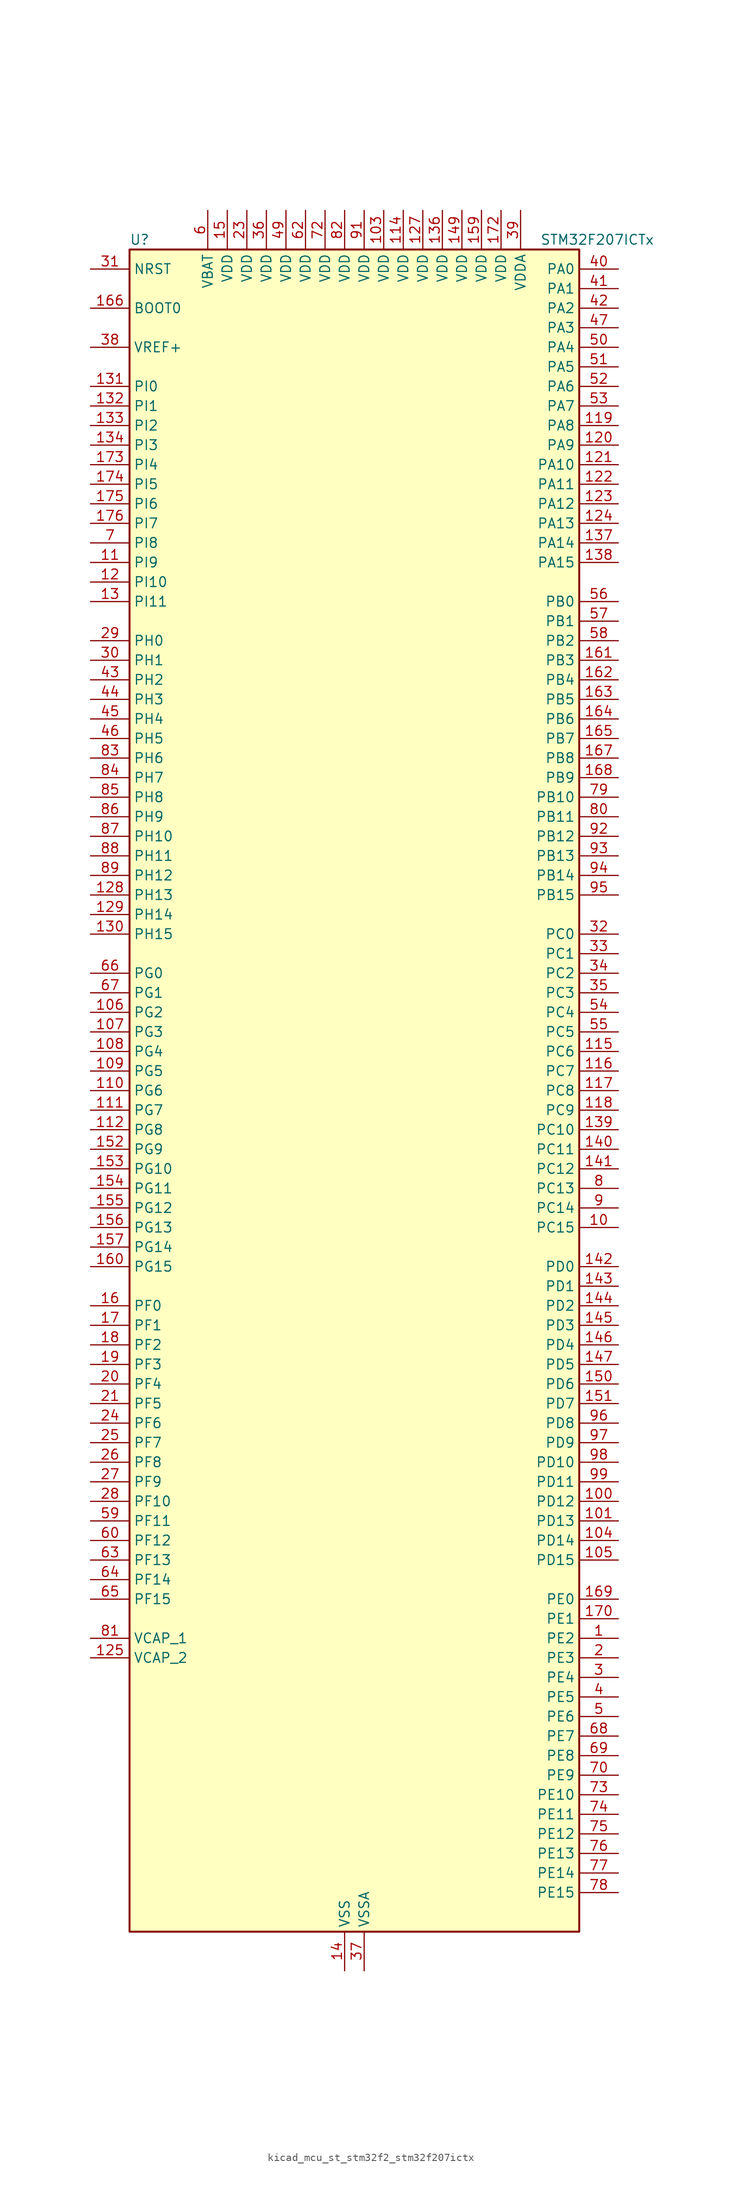
<source format=kicad_sym>
(kicad_symbol_lib
  (version 20220914)
  (generator kicad_symbol_editor)
  (symbol "kicad_mcu_st_stm32f2_stm32f207ictx"
    (property "Reference" "U"
      (at -27.94 110.49 0)
      (effects (font (size 1.27 1.27)) (justify left)))
    (property "Value" "STM32F207ICTx"
      (at 25.4 110.49 0)
      (effects (font (size 1.27 1.27)) (justify left)))
    (property "ki_locked" ""
      (at 0 0 0)
      (effects (font (size 1.27 1.27))))
    (symbol "kicad_mcu_st_stm32f2_stm32f207ictx_0_1"
      (rectangle (start -27.94 -109.22) (end 30.48 109.22) (stroke (width 0.254) (type default)) (fill (type background))))
    (symbol "kicad_mcu_st_stm32f2_stm32f207ictx_1_1"
      (pin bidirectional line (at 35.56 -71.12 180) (length 5.08) (name "PE2" (effects (font (size 1.27 1.27)))) (number "1" (effects (font (size 1.27 1.27)))) (alternate "ETH_TXD3" bidirectional line) (alternate "FSMC_A23" bidirectional line) (alternate "SYS_TRACECLK" bidirectional line))
      (pin bidirectional line (at 35.56 -17.78 180) (length 5.08) (name "PC15" (effects (font (size 1.27 1.27)))) (number "10" (effects (font (size 1.27 1.27)))) (alternate "ADC1_EXTI15" bidirectional line) (alternate "ADC2_EXTI15" bidirectional line) (alternate "ADC3_EXTI15" bidirectional line) (alternate "RCC_OSC32_OUT" bidirectional line))
      (pin bidirectional line (at 35.56 -53.34 180) (length 5.08) (name "PD12" (effects (font (size 1.27 1.27)))) (number "100" (effects (font (size 1.27 1.27)))) (alternate "FSMC_A17" bidirectional line) (alternate "FSMC_ALE" bidirectional line) (alternate "TIM4_CH1" bidirectional line) (alternate "USART3_RTS" bidirectional line))
      (pin bidirectional line (at 35.56 -55.88 180) (length 5.08) (name "PD13" (effects (font (size 1.27 1.27)))) (number "101" (effects (font (size 1.27 1.27)))) (alternate "FSMC_A18" bidirectional line) (alternate "TIM4_CH2" bidirectional line))
      (pin passive line (at 0 -114.3 90) (length 5.08) hide (name "VSS" (effects (font (size 1.27 1.27)))) (number "102" (effects (font (size 1.27 1.27)))))
      (pin power_in line (at 5.08 114.3 270) (length 5.08) (name "VDD" (effects (font (size 1.27 1.27)))) (number "103" (effects (font (size 1.27 1.27)))))
      (pin bidirectional line (at 35.56 -58.42 180) (length 5.08) (name "PD14" (effects (font (size 1.27 1.27)))) (number "104" (effects (font (size 1.27 1.27)))) (alternate "FSMC_D0" bidirectional line) (alternate "FSMC_DA0" bidirectional line) (alternate "TIM4_CH3" bidirectional line))
      (pin bidirectional line (at 35.56 -60.96 180) (length 5.08) (name "PD15" (effects (font (size 1.27 1.27)))) (number "105" (effects (font (size 1.27 1.27)))) (alternate "ADC1_EXTI15" bidirectional line) (alternate "ADC2_EXTI15" bidirectional line) (alternate "ADC3_EXTI15" bidirectional line) (alternate "FSMC_D1" bidirectional line) (alternate "FSMC_DA1" bidirectional line) (alternate "TIM4_CH4" bidirectional line))
      (pin bidirectional line (at -33.02 10.16 0) (length 5.08) (name "PG2" (effects (font (size 1.27 1.27)))) (number "106" (effects (font (size 1.27 1.27)))) (alternate "FSMC_A12" bidirectional line))
      (pin bidirectional line (at -33.02 7.62 0) (length 5.08) (name "PG3" (effects (font (size 1.27 1.27)))) (number "107" (effects (font (size 1.27 1.27)))) (alternate "FSMC_A13" bidirectional line))
      (pin bidirectional line (at -33.02 5.08 0) (length 5.08) (name "PG4" (effects (font (size 1.27 1.27)))) (number "108" (effects (font (size 1.27 1.27)))) (alternate "FSMC_A14" bidirectional line))
      (pin bidirectional line (at -33.02 2.54 0) (length 5.08) (name "PG5" (effects (font (size 1.27 1.27)))) (number "109" (effects (font (size 1.27 1.27)))) (alternate "FSMC_A15" bidirectional line))
      (pin bidirectional line (at -33.02 68.58 0) (length 5.08) (name "PI9" (effects (font (size 1.27 1.27)))) (number "11" (effects (font (size 1.27 1.27)))) (alternate "CAN1_RX" bidirectional line) (alternate "DAC_EXTI9" bidirectional line))
      (pin bidirectional line (at -33.02 0 0) (length 5.08) (name "PG6" (effects (font (size 1.27 1.27)))) (number "110" (effects (font (size 1.27 1.27)))) (alternate "FSMC_INT2" bidirectional line))
      (pin bidirectional line (at -33.02 -2.54 0) (length 5.08) (name "PG7" (effects (font (size 1.27 1.27)))) (number "111" (effects (font (size 1.27 1.27)))) (alternate "FSMC_INT3" bidirectional line) (alternate "USART6_CK" bidirectional line))
      (pin bidirectional line (at -33.02 -5.08 0) (length 5.08) (name "PG8" (effects (font (size 1.27 1.27)))) (number "112" (effects (font (size 1.27 1.27)))) (alternate "ETH_PPS_OUT" bidirectional line) (alternate "USART6_RTS" bidirectional line))
      (pin passive line (at 0 -114.3 90) (length 5.08) hide (name "VSS" (effects (font (size 1.27 1.27)))) (number "113" (effects (font (size 1.27 1.27)))))
      (pin power_in line (at 7.62 114.3 270) (length 5.08) (name "VDD" (effects (font (size 1.27 1.27)))) (number "114" (effects (font (size 1.27 1.27)))))
      (pin bidirectional line (at 35.56 5.08 180) (length 5.08) (name "PC6" (effects (font (size 1.27 1.27)))) (number "115" (effects (font (size 1.27 1.27)))) (alternate "DCMI_D0" bidirectional line) (alternate "I2S2_MCK" bidirectional line) (alternate "SDIO_D6" bidirectional line) (alternate "TIM3_CH1" bidirectional line) (alternate "TIM8_CH1" bidirectional line) (alternate "USART6_TX" bidirectional line))
      (pin bidirectional line (at 35.56 2.54 180) (length 5.08) (name "PC7" (effects (font (size 1.27 1.27)))) (number "116" (effects (font (size 1.27 1.27)))) (alternate "DCMI_D1" bidirectional line) (alternate "I2S3_MCK" bidirectional line) (alternate "SDIO_D7" bidirectional line) (alternate "TIM3_CH2" bidirectional line) (alternate "TIM8_CH2" bidirectional line) (alternate "USART6_RX" bidirectional line))
      (pin bidirectional line (at 35.56 0 180) (length 5.08) (name "PC8" (effects (font (size 1.27 1.27)))) (number "117" (effects (font (size 1.27 1.27)))) (alternate "DCMI_D2" bidirectional line) (alternate "SDIO_D0" bidirectional line) (alternate "TIM3_CH3" bidirectional line) (alternate "TIM8_CH3" bidirectional line) (alternate "USART6_CK" bidirectional line))
      (pin bidirectional line (at 35.56 -2.54 180) (length 5.08) (name "PC9" (effects (font (size 1.27 1.27)))) (number "118" (effects (font (size 1.27 1.27)))) (alternate "DAC_EXTI9" bidirectional line) (alternate "DCMI_D3" bidirectional line) (alternate "I2C3_SDA" bidirectional line) (alternate "I2S_CKIN" bidirectional line) (alternate "RCC_MCO_2" bidirectional line) (alternate "SDIO_D1" bidirectional line) (alternate "TIM3_CH4" bidirectional line) (alternate "TIM8_CH4" bidirectional line))
      (pin bidirectional line (at 35.56 86.36 180) (length 5.08) (name "PA8" (effects (font (size 1.27 1.27)))) (number "119" (effects (font (size 1.27 1.27)))) (alternate "I2C3_SCL" bidirectional line) (alternate "RCC_MCO_1" bidirectional line) (alternate "TIM1_CH1" bidirectional line) (alternate "USART1_CK" bidirectional line) (alternate "USB_OTG_FS_SOF" bidirectional line))
      (pin bidirectional line (at -33.02 66.04 0) (length 5.08) (name "PI10" (effects (font (size 1.27 1.27)))) (number "12" (effects (font (size 1.27 1.27)))) (alternate "ETH_RX_ER" bidirectional line))
      (pin bidirectional line (at 35.56 83.82 180) (length 5.08) (name "PA9" (effects (font (size 1.27 1.27)))) (number "120" (effects (font (size 1.27 1.27)))) (alternate "DAC_EXTI9" bidirectional line) (alternate "DCMI_D0" bidirectional line) (alternate "I2C3_SMBA" bidirectional line) (alternate "TIM1_CH2" bidirectional line) (alternate "USART1_TX" bidirectional line) (alternate "USB_OTG_FS_VBUS" bidirectional line))
      (pin bidirectional line (at 35.56 81.28 180) (length 5.08) (name "PA10" (effects (font (size 1.27 1.27)))) (number "121" (effects (font (size 1.27 1.27)))) (alternate "DCMI_D1" bidirectional line) (alternate "TIM1_CH3" bidirectional line) (alternate "USART1_RX" bidirectional line) (alternate "USB_OTG_FS_ID" bidirectional line))
      (pin bidirectional line (at 35.56 78.74 180) (length 5.08) (name "PA11" (effects (font (size 1.27 1.27)))) (number "122" (effects (font (size 1.27 1.27)))) (alternate "ADC1_EXTI11" bidirectional line) (alternate "ADC2_EXTI11" bidirectional line) (alternate "ADC3_EXTI11" bidirectional line) (alternate "CAN1_RX" bidirectional line) (alternate "TIM1_CH4" bidirectional line) (alternate "USART1_CTS" bidirectional line) (alternate "USB_OTG_FS_DM" bidirectional line))
      (pin bidirectional line (at 35.56 76.2 180) (length 5.08) (name "PA12" (effects (font (size 1.27 1.27)))) (number "123" (effects (font (size 1.27 1.27)))) (alternate "CAN1_TX" bidirectional line) (alternate "TIM1_ETR" bidirectional line) (alternate "USART1_RTS" bidirectional line) (alternate "USB_OTG_FS_DP" bidirectional line))
      (pin bidirectional line (at 35.56 73.66 180) (length 5.08) (name "PA13" (effects (font (size 1.27 1.27)))) (number "124" (effects (font (size 1.27 1.27)))) (alternate "SYS_JTMS-SWDIO" bidirectional line))
      (pin power_out line (at -33.02 -73.66 0) (length 5.08) (name "VCAP_2" (effects (font (size 1.27 1.27)))) (number "125" (effects (font (size 1.27 1.27)))))
      (pin passive line (at 0 -114.3 90) (length 5.08) hide (name "VSS" (effects (font (size 1.27 1.27)))) (number "126" (effects (font (size 1.27 1.27)))))
      (pin power_in line (at 10.16 114.3 270) (length 5.08) (name "VDD" (effects (font (size 1.27 1.27)))) (number "127" (effects (font (size 1.27 1.27)))))
      (pin bidirectional line (at -33.02 25.4 0) (length 5.08) (name "PH13" (effects (font (size 1.27 1.27)))) (number "128" (effects (font (size 1.27 1.27)))) (alternate "CAN1_TX" bidirectional line) (alternate "TIM8_CH1N" bidirectional line))
      (pin bidirectional line (at -33.02 22.86 0) (length 5.08) (name "PH14" (effects (font (size 1.27 1.27)))) (number "129" (effects (font (size 1.27 1.27)))) (alternate "DCMI_D4" bidirectional line) (alternate "TIM8_CH2N" bidirectional line))
      (pin bidirectional line (at -33.02 63.5 0) (length 5.08) (name "PI11" (effects (font (size 1.27 1.27)))) (number "13" (effects (font (size 1.27 1.27)))) (alternate "ADC1_EXTI11" bidirectional line) (alternate "ADC2_EXTI11" bidirectional line) (alternate "ADC3_EXTI11" bidirectional line) (alternate "USB_OTG_HS_ULPI_DIR" bidirectional line))
      (pin bidirectional line (at -33.02 20.32 0) (length 5.08) (name "PH15" (effects (font (size 1.27 1.27)))) (number "130" (effects (font (size 1.27 1.27)))) (alternate "ADC1_EXTI15" bidirectional line) (alternate "ADC2_EXTI15" bidirectional line) (alternate "ADC3_EXTI15" bidirectional line) (alternate "DCMI_D11" bidirectional line) (alternate "TIM8_CH3N" bidirectional line))
      (pin bidirectional line (at -33.02 91.44 0) (length 5.08) (name "PI0" (effects (font (size 1.27 1.27)))) (number "131" (effects (font (size 1.27 1.27)))) (alternate "DCMI_D13" bidirectional line) (alternate "I2S2_WS" bidirectional line) (alternate "SPI2_NSS" bidirectional line) (alternate "TIM5_CH4" bidirectional line))
      (pin bidirectional line (at -33.02 88.9 0) (length 5.08) (name "PI1" (effects (font (size 1.27 1.27)))) (number "132" (effects (font (size 1.27 1.27)))) (alternate "DCMI_D8" bidirectional line) (alternate "I2S2_SCK" bidirectional line) (alternate "SPI2_SCK" bidirectional line))
      (pin bidirectional line (at -33.02 86.36 0) (length 5.08) (name "PI2" (effects (font (size 1.27 1.27)))) (number "133" (effects (font (size 1.27 1.27)))) (alternate "DCMI_D9" bidirectional line) (alternate "SPI2_MISO" bidirectional line) (alternate "TIM8_CH4" bidirectional line))
      (pin bidirectional line (at -33.02 83.82 0) (length 5.08) (name "PI3" (effects (font (size 1.27 1.27)))) (number "134" (effects (font (size 1.27 1.27)))) (alternate "DCMI_D10" bidirectional line) (alternate "I2S2_SD" bidirectional line) (alternate "SPI2_MOSI" bidirectional line) (alternate "TIM8_ETR" bidirectional line))
      (pin passive line (at 0 -114.3 90) (length 5.08) hide (name "VSS" (effects (font (size 1.27 1.27)))) (number "135" (effects (font (size 1.27 1.27)))))
      (pin power_in line (at 12.7 114.3 270) (length 5.08) (name "VDD" (effects (font (size 1.27 1.27)))) (number "136" (effects (font (size 1.27 1.27)))))
      (pin bidirectional line (at 35.56 71.12 180) (length 5.08) (name "PA14" (effects (font (size 1.27 1.27)))) (number "137" (effects (font (size 1.27 1.27)))) (alternate "SYS_JTCK-SWCLK" bidirectional line))
      (pin bidirectional line (at 35.56 68.58 180) (length 5.08) (name "PA15" (effects (font (size 1.27 1.27)))) (number "138" (effects (font (size 1.27 1.27)))) (alternate "ADC1_EXTI15" bidirectional line) (alternate "ADC2_EXTI15" bidirectional line) (alternate "ADC3_EXTI15" bidirectional line) (alternate "I2S3_WS" bidirectional line) (alternate "SPI1_NSS" bidirectional line) (alternate "SPI3_NSS" bidirectional line) (alternate "SYS_JTDI" bidirectional line) (alternate "TIM2_CH1" bidirectional line) (alternate "TIM2_ETR" bidirectional line))
      (pin bidirectional line (at 35.56 -5.08 180) (length 5.08) (name "PC10" (effects (font (size 1.27 1.27)))) (number "139" (effects (font (size 1.27 1.27)))) (alternate "DCMI_D8" bidirectional line) (alternate "I2S3_SCK" bidirectional line) (alternate "SDIO_D2" bidirectional line) (alternate "SPI3_SCK" bidirectional line) (alternate "UART4_TX" bidirectional line) (alternate "USART3_TX" bidirectional line))
      (pin power_in line (at 0 -114.3 90) (length 5.08) (name "VSS" (effects (font (size 1.27 1.27)))) (number "14" (effects (font (size 1.27 1.27)))))
      (pin bidirectional line (at 35.56 -7.62 180) (length 5.08) (name "PC11" (effects (font (size 1.27 1.27)))) (number "140" (effects (font (size 1.27 1.27)))) (alternate "ADC1_EXTI11" bidirectional line) (alternate "ADC2_EXTI11" bidirectional line) (alternate "ADC3_EXTI11" bidirectional line) (alternate "DCMI_D4" bidirectional line) (alternate "SDIO_D3" bidirectional line) (alternate "SPI3_MISO" bidirectional line) (alternate "UART4_RX" bidirectional line) (alternate "USART3_RX" bidirectional line))
      (pin bidirectional line (at 35.56 -10.16 180) (length 5.08) (name "PC12" (effects (font (size 1.27 1.27)))) (number "141" (effects (font (size 1.27 1.27)))) (alternate "DCMI_D9" bidirectional line) (alternate "I2S3_SD" bidirectional line) (alternate "SDIO_CK" bidirectional line) (alternate "SPI3_MOSI" bidirectional line) (alternate "UART5_TX" bidirectional line) (alternate "USART3_CK" bidirectional line))
      (pin bidirectional line (at 35.56 -22.86 180) (length 5.08) (name "PD0" (effects (font (size 1.27 1.27)))) (number "142" (effects (font (size 1.27 1.27)))) (alternate "CAN1_RX" bidirectional line) (alternate "FSMC_D2" bidirectional line) (alternate "FSMC_DA2" bidirectional line))
      (pin bidirectional line (at 35.56 -25.4 180) (length 5.08) (name "PD1" (effects (font (size 1.27 1.27)))) (number "143" (effects (font (size 1.27 1.27)))) (alternate "CAN1_TX" bidirectional line) (alternate "FSMC_D3" bidirectional line) (alternate "FSMC_DA3" bidirectional line))
      (pin bidirectional line (at 35.56 -27.94 180) (length 5.08) (name "PD2" (effects (font (size 1.27 1.27)))) (number "144" (effects (font (size 1.27 1.27)))) (alternate "DCMI_D11" bidirectional line) (alternate "SDIO_CMD" bidirectional line) (alternate "TIM3_ETR" bidirectional line) (alternate "UART5_RX" bidirectional line))
      (pin bidirectional line (at 35.56 -30.48 180) (length 5.08) (name "PD3" (effects (font (size 1.27 1.27)))) (number "145" (effects (font (size 1.27 1.27)))) (alternate "FSMC_CLK" bidirectional line) (alternate "USART2_CTS" bidirectional line))
      (pin bidirectional line (at 35.56 -33.02 180) (length 5.08) (name "PD4" (effects (font (size 1.27 1.27)))) (number "146" (effects (font (size 1.27 1.27)))) (alternate "FSMC_NOE" bidirectional line) (alternate "USART2_RTS" bidirectional line))
      (pin bidirectional line (at 35.56 -35.56 180) (length 5.08) (name "PD5" (effects (font (size 1.27 1.27)))) (number "147" (effects (font (size 1.27 1.27)))) (alternate "FSMC_NWE" bidirectional line) (alternate "USART2_TX" bidirectional line))
      (pin passive line (at 0 -114.3 90) (length 5.08) hide (name "VSS" (effects (font (size 1.27 1.27)))) (number "148" (effects (font (size 1.27 1.27)))))
      (pin power_in line (at 15.24 114.3 270) (length 5.08) (name "VDD" (effects (font (size 1.27 1.27)))) (number "149" (effects (font (size 1.27 1.27)))))
      (pin power_in line (at -15.24 114.3 270) (length 5.08) (name "VDD" (effects (font (size 1.27 1.27)))) (number "15" (effects (font (size 1.27 1.27)))))
      (pin bidirectional line (at 35.56 -38.1 180) (length 5.08) (name "PD6" (effects (font (size 1.27 1.27)))) (number "150" (effects (font (size 1.27 1.27)))) (alternate "FSMC_NWAIT" bidirectional line) (alternate "USART2_RX" bidirectional line))
      (pin bidirectional line (at 35.56 -40.64 180) (length 5.08) (name "PD7" (effects (font (size 1.27 1.27)))) (number "151" (effects (font (size 1.27 1.27)))) (alternate "FSMC_NCE2" bidirectional line) (alternate "FSMC_NE1" bidirectional line) (alternate "USART2_CK" bidirectional line))
      (pin bidirectional line (at -33.02 -7.62 0) (length 5.08) (name "PG9" (effects (font (size 1.27 1.27)))) (number "152" (effects (font (size 1.27 1.27)))) (alternate "DAC_EXTI9" bidirectional line) (alternate "FSMC_NCE3" bidirectional line) (alternate "FSMC_NE2" bidirectional line) (alternate "USART6_RX" bidirectional line))
      (pin bidirectional line (at -33.02 -10.16 0) (length 5.08) (name "PG10" (effects (font (size 1.27 1.27)))) (number "153" (effects (font (size 1.27 1.27)))) (alternate "FSMC_NCE4_1" bidirectional line) (alternate "FSMC_NE3" bidirectional line))
      (pin bidirectional line (at -33.02 -12.7 0) (length 5.08) (name "PG11" (effects (font (size 1.27 1.27)))) (number "154" (effects (font (size 1.27 1.27)))) (alternate "ADC1_EXTI11" bidirectional line) (alternate "ADC2_EXTI11" bidirectional line) (alternate "ADC3_EXTI11" bidirectional line) (alternate "ETH_TX_EN" bidirectional line) (alternate "FSMC_NCE4_2" bidirectional line))
      (pin bidirectional line (at -33.02 -15.24 0) (length 5.08) (name "PG12" (effects (font (size 1.27 1.27)))) (number "155" (effects (font (size 1.27 1.27)))) (alternate "FSMC_NE4" bidirectional line) (alternate "USART6_RTS" bidirectional line))
      (pin bidirectional line (at -33.02 -17.78 0) (length 5.08) (name "PG13" (effects (font (size 1.27 1.27)))) (number "156" (effects (font (size 1.27 1.27)))) (alternate "ETH_TXD0" bidirectional line) (alternate "FSMC_A24" bidirectional line) (alternate "USART6_CTS" bidirectional line))
      (pin bidirectional line (at -33.02 -20.32 0) (length 5.08) (name "PG14" (effects (font (size 1.27 1.27)))) (number "157" (effects (font (size 1.27 1.27)))) (alternate "ETH_TXD1" bidirectional line) (alternate "FSMC_A25" bidirectional line) (alternate "USART6_TX" bidirectional line))
      (pin passive line (at 0 -114.3 90) (length 5.08) hide (name "VSS" (effects (font (size 1.27 1.27)))) (number "158" (effects (font (size 1.27 1.27)))))
      (pin power_in line (at 17.78 114.3 270) (length 5.08) (name "VDD" (effects (font (size 1.27 1.27)))) (number "159" (effects (font (size 1.27 1.27)))))
      (pin bidirectional line (at -33.02 -27.94 0) (length 5.08) (name "PF0" (effects (font (size 1.27 1.27)))) (number "16" (effects (font (size 1.27 1.27)))) (alternate "FSMC_A0" bidirectional line) (alternate "I2C2_SDA" bidirectional line))
      (pin bidirectional line (at -33.02 -22.86 0) (length 5.08) (name "PG15" (effects (font (size 1.27 1.27)))) (number "160" (effects (font (size 1.27 1.27)))) (alternate "ADC1_EXTI15" bidirectional line) (alternate "ADC2_EXTI15" bidirectional line) (alternate "ADC3_EXTI15" bidirectional line) (alternate "DCMI_D13" bidirectional line) (alternate "USART6_CTS" bidirectional line))
      (pin bidirectional line (at 35.56 55.88 180) (length 5.08) (name "PB3" (effects (font (size 1.27 1.27)))) (number "161" (effects (font (size 1.27 1.27)))) (alternate "I2S3_SCK" bidirectional line) (alternate "SPI1_SCK" bidirectional line) (alternate "SPI3_SCK" bidirectional line) (alternate "SYS_JTDO-SWO" bidirectional line) (alternate "TIM2_CH2" bidirectional line))
      (pin bidirectional line (at 35.56 53.34 180) (length 5.08) (name "PB4" (effects (font (size 1.27 1.27)))) (number "162" (effects (font (size 1.27 1.27)))) (alternate "SPI1_MISO" bidirectional line) (alternate "SPI3_MISO" bidirectional line) (alternate "SYS_JTRST" bidirectional line) (alternate "TIM3_CH1" bidirectional line))
      (pin bidirectional line (at 35.56 50.8 180) (length 5.08) (name "PB5" (effects (font (size 1.27 1.27)))) (number "163" (effects (font (size 1.27 1.27)))) (alternate "CAN2_RX" bidirectional line) (alternate "DCMI_D10" bidirectional line) (alternate "ETH_PPS_OUT" bidirectional line) (alternate "I2C1_SMBA" bidirectional line) (alternate "I2S3_SD" bidirectional line) (alternate "SPI1_MOSI" bidirectional line) (alternate "SPI3_MOSI" bidirectional line) (alternate "TIM3_CH2" bidirectional line) (alternate "USB_OTG_HS_ULPI_D7" bidirectional line))
      (pin bidirectional line (at 35.56 48.26 180) (length 5.08) (name "PB6" (effects (font (size 1.27 1.27)))) (number "164" (effects (font (size 1.27 1.27)))) (alternate "CAN2_TX" bidirectional line) (alternate "DCMI_D5" bidirectional line) (alternate "I2C1_SCL" bidirectional line) (alternate "TIM4_CH1" bidirectional line) (alternate "USART1_TX" bidirectional line))
      (pin bidirectional line (at 35.56 45.72 180) (length 5.08) (name "PB7" (effects (font (size 1.27 1.27)))) (number "165" (effects (font (size 1.27 1.27)))) (alternate "DCMI_VSYNC" bidirectional line) (alternate "FSMC_NL" bidirectional line) (alternate "I2C1_SDA" bidirectional line) (alternate "TIM4_CH2" bidirectional line) (alternate "USART1_RX" bidirectional line))
      (pin input line (at -33.02 101.6 0) (length 5.08) (name "BOOT0" (effects (font (size 1.27 1.27)))) (number "166" (effects (font (size 1.27 1.27)))))
      (pin bidirectional line (at 35.56 43.18 180) (length 5.08) (name "PB8" (effects (font (size 1.27 1.27)))) (number "167" (effects (font (size 1.27 1.27)))) (alternate "CAN1_RX" bidirectional line) (alternate "DCMI_D6" bidirectional line) (alternate "ETH_TXD3" bidirectional line) (alternate "I2C1_SCL" bidirectional line) (alternate "SDIO_D4" bidirectional line) (alternate "TIM10_CH1" bidirectional line) (alternate "TIM4_CH3" bidirectional line))
      (pin bidirectional line (at 35.56 40.64 180) (length 5.08) (name "PB9" (effects (font (size 1.27 1.27)))) (number "168" (effects (font (size 1.27 1.27)))) (alternate "CAN1_TX" bidirectional line) (alternate "DAC_EXTI9" bidirectional line) (alternate "DCMI_D7" bidirectional line) (alternate "I2C1_SDA" bidirectional line) (alternate "I2S2_WS" bidirectional line) (alternate "SDIO_D5" bidirectional line) (alternate "SPI2_NSS" bidirectional line) (alternate "TIM11_CH1" bidirectional line) (alternate "TIM4_CH4" bidirectional line))
      (pin bidirectional line (at 35.56 -66.04 180) (length 5.08) (name "PE0" (effects (font (size 1.27 1.27)))) (number "169" (effects (font (size 1.27 1.27)))) (alternate "DCMI_D2" bidirectional line) (alternate "FSMC_NBL0" bidirectional line) (alternate "TIM4_ETR" bidirectional line))
      (pin bidirectional line (at -33.02 -30.48 0) (length 5.08) (name "PF1" (effects (font (size 1.27 1.27)))) (number "17" (effects (font (size 1.27 1.27)))) (alternate "FSMC_A1" bidirectional line) (alternate "I2C2_SCL" bidirectional line))
      (pin bidirectional line (at 35.56 -68.58 180) (length 5.08) (name "PE1" (effects (font (size 1.27 1.27)))) (number "170" (effects (font (size 1.27 1.27)))) (alternate "DCMI_D3" bidirectional line) (alternate "FSMC_NBL1" bidirectional line))
      (pin no_connect line (at -27.94 -109.22 0) (length 5.08) hide (name "RFU" (effects (font (size 1.27 1.27)))) (number "171" (effects (font (size 1.27 1.27)))))
      (pin power_in line (at 20.32 114.3 270) (length 5.08) (name "VDD" (effects (font (size 1.27 1.27)))) (number "172" (effects (font (size 1.27 1.27)))))
      (pin bidirectional line (at -33.02 81.28 0) (length 5.08) (name "PI4" (effects (font (size 1.27 1.27)))) (number "173" (effects (font (size 1.27 1.27)))) (alternate "DCMI_D5" bidirectional line) (alternate "TIM8_BKIN" bidirectional line))
      (pin bidirectional line (at -33.02 78.74 0) (length 5.08) (name "PI5" (effects (font (size 1.27 1.27)))) (number "174" (effects (font (size 1.27 1.27)))) (alternate "DCMI_VSYNC" bidirectional line) (alternate "TIM8_CH1" bidirectional line))
      (pin bidirectional line (at -33.02 76.2 0) (length 5.08) (name "PI6" (effects (font (size 1.27 1.27)))) (number "175" (effects (font (size 1.27 1.27)))) (alternate "DCMI_D6" bidirectional line) (alternate "TIM8_CH2" bidirectional line))
      (pin bidirectional line (at -33.02 73.66 0) (length 5.08) (name "PI7" (effects (font (size 1.27 1.27)))) (number "176" (effects (font (size 1.27 1.27)))) (alternate "DCMI_D7" bidirectional line) (alternate "TIM8_CH3" bidirectional line))
      (pin bidirectional line (at -33.02 -33.02 0) (length 5.08) (name "PF2" (effects (font (size 1.27 1.27)))) (number "18" (effects (font (size 1.27 1.27)))) (alternate "FSMC_A2" bidirectional line) (alternate "I2C2_SMBA" bidirectional line))
      (pin bidirectional line (at -33.02 -35.56 0) (length 5.08) (name "PF3" (effects (font (size 1.27 1.27)))) (number "19" (effects (font (size 1.27 1.27)))) (alternate "ADC3_IN9" bidirectional line) (alternate "FSMC_A3" bidirectional line))
      (pin bidirectional line (at 35.56 -73.66 180) (length 5.08) (name "PE3" (effects (font (size 1.27 1.27)))) (number "2" (effects (font (size 1.27 1.27)))) (alternate "FSMC_A19" bidirectional line) (alternate "SYS_TRACED0" bidirectional line))
      (pin bidirectional line (at -33.02 -38.1 0) (length 5.08) (name "PF4" (effects (font (size 1.27 1.27)))) (number "20" (effects (font (size 1.27 1.27)))) (alternate "ADC3_IN14" bidirectional line) (alternate "FSMC_A4" bidirectional line))
      (pin bidirectional line (at -33.02 -40.64 0) (length 5.08) (name "PF5" (effects (font (size 1.27 1.27)))) (number "21" (effects (font (size 1.27 1.27)))) (alternate "ADC3_IN15" bidirectional line) (alternate "FSMC_A5" bidirectional line))
      (pin passive line (at 0 -114.3 90) (length 5.08) hide (name "VSS" (effects (font (size 1.27 1.27)))) (number "22" (effects (font (size 1.27 1.27)))))
      (pin power_in line (at -12.7 114.3 270) (length 5.08) (name "VDD" (effects (font (size 1.27 1.27)))) (number "23" (effects (font (size 1.27 1.27)))))
      (pin bidirectional line (at -33.02 -43.18 0) (length 5.08) (name "PF6" (effects (font (size 1.27 1.27)))) (number "24" (effects (font (size 1.27 1.27)))) (alternate "ADC3_IN4" bidirectional line) (alternate "FSMC_NIORD" bidirectional line) (alternate "TIM10_CH1" bidirectional line))
      (pin bidirectional line (at -33.02 -45.72 0) (length 5.08) (name "PF7" (effects (font (size 1.27 1.27)))) (number "25" (effects (font (size 1.27 1.27)))) (alternate "ADC3_IN5" bidirectional line) (alternate "FSMC_NREG" bidirectional line) (alternate "TIM11_CH1" bidirectional line))
      (pin bidirectional line (at -33.02 -48.26 0) (length 5.08) (name "PF8" (effects (font (size 1.27 1.27)))) (number "26" (effects (font (size 1.27 1.27)))) (alternate "ADC3_IN6" bidirectional line) (alternate "FSMC_NIOWR" bidirectional line) (alternate "TIM13_CH1" bidirectional line))
      (pin bidirectional line (at -33.02 -50.8 0) (length 5.08) (name "PF9" (effects (font (size 1.27 1.27)))) (number "27" (effects (font (size 1.27 1.27)))) (alternate "ADC3_IN7" bidirectional line) (alternate "DAC_EXTI9" bidirectional line) (alternate "FSMC_CD" bidirectional line) (alternate "TIM14_CH1" bidirectional line))
      (pin bidirectional line (at -33.02 -53.34 0) (length 5.08) (name "PF10" (effects (font (size 1.27 1.27)))) (number "28" (effects (font (size 1.27 1.27)))) (alternate "ADC3_IN8" bidirectional line) (alternate "FSMC_INTR" bidirectional line))
      (pin bidirectional line (at -33.02 58.42 0) (length 5.08) (name "PH0" (effects (font (size 1.27 1.27)))) (number "29" (effects (font (size 1.27 1.27)))) (alternate "RCC_OSC_IN" bidirectional line))
      (pin bidirectional line (at 35.56 -76.2 180) (length 5.08) (name "PE4" (effects (font (size 1.27 1.27)))) (number "3" (effects (font (size 1.27 1.27)))) (alternate "DCMI_D4" bidirectional line) (alternate "FSMC_A20" bidirectional line) (alternate "SYS_TRACED1" bidirectional line))
      (pin bidirectional line (at -33.02 55.88 0) (length 5.08) (name "PH1" (effects (font (size 1.27 1.27)))) (number "30" (effects (font (size 1.27 1.27)))) (alternate "RCC_OSC_OUT" bidirectional line))
      (pin input line (at -33.02 106.68 0) (length 5.08) (name "NRST" (effects (font (size 1.27 1.27)))) (number "31" (effects (font (size 1.27 1.27)))))
      (pin bidirectional line (at 35.56 20.32 180) (length 5.08) (name "PC0" (effects (font (size 1.27 1.27)))) (number "32" (effects (font (size 1.27 1.27)))) (alternate "ADC1_IN10" bidirectional line) (alternate "ADC2_IN10" bidirectional line) (alternate "ADC3_IN10" bidirectional line) (alternate "USB_OTG_HS_ULPI_STP" bidirectional line))
      (pin bidirectional line (at 35.56 17.78 180) (length 5.08) (name "PC1" (effects (font (size 1.27 1.27)))) (number "33" (effects (font (size 1.27 1.27)))) (alternate "ADC1_IN11" bidirectional line) (alternate "ADC2_IN11" bidirectional line) (alternate "ADC3_IN11" bidirectional line) (alternate "ETH_MDC" bidirectional line))
      (pin bidirectional line (at 35.56 15.24 180) (length 5.08) (name "PC2" (effects (font (size 1.27 1.27)))) (number "34" (effects (font (size 1.27 1.27)))) (alternate "ADC1_IN12" bidirectional line) (alternate "ADC2_IN12" bidirectional line) (alternate "ADC3_IN12" bidirectional line) (alternate "ETH_TXD2" bidirectional line) (alternate "SPI2_MISO" bidirectional line) (alternate "USB_OTG_HS_ULPI_DIR" bidirectional line))
      (pin bidirectional line (at 35.56 12.7 180) (length 5.08) (name "PC3" (effects (font (size 1.27 1.27)))) (number "35" (effects (font (size 1.27 1.27)))) (alternate "ADC1_IN13" bidirectional line) (alternate "ADC2_IN13" bidirectional line) (alternate "ADC3_IN13" bidirectional line) (alternate "ETH_TX_CLK" bidirectional line) (alternate "I2S2_SD" bidirectional line) (alternate "SPI2_MOSI" bidirectional line) (alternate "USB_OTG_HS_ULPI_NXT" bidirectional line))
      (pin power_in line (at -10.16 114.3 270) (length 5.08) (name "VDD" (effects (font (size 1.27 1.27)))) (number "36" (effects (font (size 1.27 1.27)))))
      (pin power_in line (at 2.54 -114.3 90) (length 5.08) (name "VSSA" (effects (font (size 1.27 1.27)))) (number "37" (effects (font (size 1.27 1.27)))))
      (pin input line (at -33.02 96.52 0) (length 5.08) (name "VREF+" (effects (font (size 1.27 1.27)))) (number "38" (effects (font (size 1.27 1.27)))))
      (pin power_in line (at 22.86 114.3 270) (length 5.08) (name "VDDA" (effects (font (size 1.27 1.27)))) (number "39" (effects (font (size 1.27 1.27)))))
      (pin bidirectional line (at 35.56 -78.74 180) (length 5.08) (name "PE5" (effects (font (size 1.27 1.27)))) (number "4" (effects (font (size 1.27 1.27)))) (alternate "DCMI_D6" bidirectional line) (alternate "FSMC_A21" bidirectional line) (alternate "SYS_TRACED2" bidirectional line) (alternate "TIM9_CH1" bidirectional line))
      (pin bidirectional line (at 35.56 106.68 180) (length 5.08) (name "PA0" (effects (font (size 1.27 1.27)))) (number "40" (effects (font (size 1.27 1.27)))) (alternate "ADC1_IN0" bidirectional line) (alternate "ADC2_IN0" bidirectional line) (alternate "ADC3_IN0" bidirectional line) (alternate "ETH_CRS" bidirectional line) (alternate "SYS_WKUP" bidirectional line) (alternate "TIM2_CH1" bidirectional line) (alternate "TIM2_ETR" bidirectional line) (alternate "TIM5_CH1" bidirectional line) (alternate "TIM8_ETR" bidirectional line) (alternate "UART4_TX" bidirectional line) (alternate "USART2_CTS" bidirectional line))
      (pin bidirectional line (at 35.56 104.14 180) (length 5.08) (name "PA1" (effects (font (size 1.27 1.27)))) (number "41" (effects (font (size 1.27 1.27)))) (alternate "ADC1_IN1" bidirectional line) (alternate "ADC2_IN1" bidirectional line) (alternate "ADC3_IN1" bidirectional line) (alternate "ETH_REF_CLK" bidirectional line) (alternate "ETH_RX_CLK" bidirectional line) (alternate "TIM2_CH2" bidirectional line) (alternate "TIM5_CH2" bidirectional line) (alternate "UART4_RX" bidirectional line) (alternate "USART2_RTS" bidirectional line))
      (pin bidirectional line (at 35.56 101.6 180) (length 5.08) (name "PA2" (effects (font (size 1.27 1.27)))) (number "42" (effects (font (size 1.27 1.27)))) (alternate "ADC1_IN2" bidirectional line) (alternate "ADC2_IN2" bidirectional line) (alternate "ADC3_IN2" bidirectional line) (alternate "ETH_MDIO" bidirectional line) (alternate "TIM2_CH3" bidirectional line) (alternate "TIM5_CH3" bidirectional line) (alternate "TIM9_CH1" bidirectional line) (alternate "USART2_TX" bidirectional line))
      (pin bidirectional line (at -33.02 53.34 0) (length 5.08) (name "PH2" (effects (font (size 1.27 1.27)))) (number "43" (effects (font (size 1.27 1.27)))) (alternate "ETH_CRS" bidirectional line))
      (pin bidirectional line (at -33.02 50.8 0) (length 5.08) (name "PH3" (effects (font (size 1.27 1.27)))) (number "44" (effects (font (size 1.27 1.27)))) (alternate "ETH_COL" bidirectional line))
      (pin bidirectional line (at -33.02 48.26 0) (length 5.08) (name "PH4" (effects (font (size 1.27 1.27)))) (number "45" (effects (font (size 1.27 1.27)))) (alternate "I2C2_SCL" bidirectional line) (alternate "USB_OTG_HS_ULPI_NXT" bidirectional line))
      (pin bidirectional line (at -33.02 45.72 0) (length 5.08) (name "PH5" (effects (font (size 1.27 1.27)))) (number "46" (effects (font (size 1.27 1.27)))) (alternate "I2C2_SDA" bidirectional line))
      (pin bidirectional line (at 35.56 99.06 180) (length 5.08) (name "PA3" (effects (font (size 1.27 1.27)))) (number "47" (effects (font (size 1.27 1.27)))) (alternate "ADC1_IN3" bidirectional line) (alternate "ADC2_IN3" bidirectional line) (alternate "ADC3_IN3" bidirectional line) (alternate "ETH_COL" bidirectional line) (alternate "TIM2_CH4" bidirectional line) (alternate "TIM5_CH4" bidirectional line) (alternate "TIM9_CH2" bidirectional line) (alternate "USART2_RX" bidirectional line) (alternate "USB_OTG_HS_ULPI_D0" bidirectional line))
      (pin passive line (at 0 -114.3 90) (length 5.08) hide (name "VSS" (effects (font (size 1.27 1.27)))) (number "48" (effects (font (size 1.27 1.27)))))
      (pin power_in line (at -7.62 114.3 270) (length 5.08) (name "VDD" (effects (font (size 1.27 1.27)))) (number "49" (effects (font (size 1.27 1.27)))))
      (pin bidirectional line (at 35.56 -81.28 180) (length 5.08) (name "PE6" (effects (font (size 1.27 1.27)))) (number "5" (effects (font (size 1.27 1.27)))) (alternate "DCMI_D7" bidirectional line) (alternate "FSMC_A22" bidirectional line) (alternate "SYS_TRACED3" bidirectional line) (alternate "TIM9_CH2" bidirectional line))
      (pin bidirectional line (at 35.56 96.52 180) (length 5.08) (name "PA4" (effects (font (size 1.27 1.27)))) (number "50" (effects (font (size 1.27 1.27)))) (alternate "ADC1_IN4" bidirectional line) (alternate "ADC2_IN4" bidirectional line) (alternate "DAC_OUT1" bidirectional line) (alternate "DCMI_HSYNC" bidirectional line) (alternate "I2S3_WS" bidirectional line) (alternate "SPI1_NSS" bidirectional line) (alternate "SPI3_NSS" bidirectional line) (alternate "USART2_CK" bidirectional line) (alternate "USB_OTG_HS_SOF" bidirectional line))
      (pin bidirectional line (at 35.56 93.98 180) (length 5.08) (name "PA5" (effects (font (size 1.27 1.27)))) (number "51" (effects (font (size 1.27 1.27)))) (alternate "ADC1_IN5" bidirectional line) (alternate "ADC2_IN5" bidirectional line) (alternate "DAC_OUT2" bidirectional line) (alternate "SPI1_SCK" bidirectional line) (alternate "TIM2_CH1" bidirectional line) (alternate "TIM2_ETR" bidirectional line) (alternate "TIM8_CH1N" bidirectional line) (alternate "USB_OTG_HS_ULPI_CK" bidirectional line))
      (pin bidirectional line (at 35.56 91.44 180) (length 5.08) (name "PA6" (effects (font (size 1.27 1.27)))) (number "52" (effects (font (size 1.27 1.27)))) (alternate "ADC1_IN6" bidirectional line) (alternate "ADC2_IN6" bidirectional line) (alternate "DCMI_PIXCLK" bidirectional line) (alternate "SPI1_MISO" bidirectional line) (alternate "TIM13_CH1" bidirectional line) (alternate "TIM1_BKIN" bidirectional line) (alternate "TIM3_CH1" bidirectional line) (alternate "TIM8_BKIN" bidirectional line))
      (pin bidirectional line (at 35.56 88.9 180) (length 5.08) (name "PA7" (effects (font (size 1.27 1.27)))) (number "53" (effects (font (size 1.27 1.27)))) (alternate "ADC1_IN7" bidirectional line) (alternate "ADC2_IN7" bidirectional line) (alternate "ETH_CRS_DV" bidirectional line) (alternate "ETH_RX_DV" bidirectional line) (alternate "SPI1_MOSI" bidirectional line) (alternate "TIM14_CH1" bidirectional line) (alternate "TIM1_CH1N" bidirectional line) (alternate "TIM3_CH2" bidirectional line) (alternate "TIM8_CH1N" bidirectional line))
      (pin bidirectional line (at 35.56 10.16 180) (length 5.08) (name "PC4" (effects (font (size 1.27 1.27)))) (number "54" (effects (font (size 1.27 1.27)))) (alternate "ADC1_IN14" bidirectional line) (alternate "ADC2_IN14" bidirectional line) (alternate "ETH_RXD0" bidirectional line))
      (pin bidirectional line (at 35.56 7.62 180) (length 5.08) (name "PC5" (effects (font (size 1.27 1.27)))) (number "55" (effects (font (size 1.27 1.27)))) (alternate "ADC1_IN15" bidirectional line) (alternate "ADC2_IN15" bidirectional line) (alternate "ETH_RXD1" bidirectional line))
      (pin bidirectional line (at 35.56 63.5 180) (length 5.08) (name "PB0" (effects (font (size 1.27 1.27)))) (number "56" (effects (font (size 1.27 1.27)))) (alternate "ADC1_IN8" bidirectional line) (alternate "ADC2_IN8" bidirectional line) (alternate "ETH_RXD2" bidirectional line) (alternate "TIM1_CH2N" bidirectional line) (alternate "TIM3_CH3" bidirectional line) (alternate "TIM8_CH2N" bidirectional line) (alternate "USB_OTG_HS_ULPI_D1" bidirectional line))
      (pin bidirectional line (at 35.56 60.96 180) (length 5.08) (name "PB1" (effects (font (size 1.27 1.27)))) (number "57" (effects (font (size 1.27 1.27)))) (alternate "ADC1_IN9" bidirectional line) (alternate "ADC2_IN9" bidirectional line) (alternate "ETH_RXD3" bidirectional line) (alternate "TIM1_CH3N" bidirectional line) (alternate "TIM3_CH4" bidirectional line) (alternate "TIM8_CH3N" bidirectional line) (alternate "USB_OTG_HS_ULPI_D2" bidirectional line))
      (pin bidirectional line (at 35.56 58.42 180) (length 5.08) (name "PB2" (effects (font (size 1.27 1.27)))) (number "58" (effects (font (size 1.27 1.27)))))
      (pin bidirectional line (at -33.02 -55.88 0) (length 5.08) (name "PF11" (effects (font (size 1.27 1.27)))) (number "59" (effects (font (size 1.27 1.27)))) (alternate "ADC1_EXTI11" bidirectional line) (alternate "ADC2_EXTI11" bidirectional line) (alternate "ADC3_EXTI11" bidirectional line) (alternate "DCMI_D12" bidirectional line))
      (pin power_in line (at -17.78 114.3 270) (length 5.08) (name "VBAT" (effects (font (size 1.27 1.27)))) (number "6" (effects (font (size 1.27 1.27)))))
      (pin bidirectional line (at -33.02 -58.42 0) (length 5.08) (name "PF12" (effects (font (size 1.27 1.27)))) (number "60" (effects (font (size 1.27 1.27)))) (alternate "FSMC_A6" bidirectional line))
      (pin passive line (at 0 -114.3 90) (length 5.08) hide (name "VSS" (effects (font (size 1.27 1.27)))) (number "61" (effects (font (size 1.27 1.27)))))
      (pin power_in line (at -5.08 114.3 270) (length 5.08) (name "VDD" (effects (font (size 1.27 1.27)))) (number "62" (effects (font (size 1.27 1.27)))))
      (pin bidirectional line (at -33.02 -60.96 0) (length 5.08) (name "PF13" (effects (font (size 1.27 1.27)))) (number "63" (effects (font (size 1.27 1.27)))) (alternate "FSMC_A7" bidirectional line))
      (pin bidirectional line (at -33.02 -63.5 0) (length 5.08) (name "PF14" (effects (font (size 1.27 1.27)))) (number "64" (effects (font (size 1.27 1.27)))) (alternate "FSMC_A8" bidirectional line))
      (pin bidirectional line (at -33.02 -66.04 0) (length 5.08) (name "PF15" (effects (font (size 1.27 1.27)))) (number "65" (effects (font (size 1.27 1.27)))) (alternate "ADC1_EXTI15" bidirectional line) (alternate "ADC2_EXTI15" bidirectional line) (alternate "ADC3_EXTI15" bidirectional line) (alternate "FSMC_A9" bidirectional line))
      (pin bidirectional line (at -33.02 15.24 0) (length 5.08) (name "PG0" (effects (font (size 1.27 1.27)))) (number "66" (effects (font (size 1.27 1.27)))) (alternate "FSMC_A10" bidirectional line))
      (pin bidirectional line (at -33.02 12.7 0) (length 5.08) (name "PG1" (effects (font (size 1.27 1.27)))) (number "67" (effects (font (size 1.27 1.27)))) (alternate "FSMC_A11" bidirectional line))
      (pin bidirectional line (at 35.56 -83.82 180) (length 5.08) (name "PE7" (effects (font (size 1.27 1.27)))) (number "68" (effects (font (size 1.27 1.27)))) (alternate "FSMC_D4" bidirectional line) (alternate "FSMC_DA4" bidirectional line) (alternate "TIM1_ETR" bidirectional line))
      (pin bidirectional line (at 35.56 -86.36 180) (length 5.08) (name "PE8" (effects (font (size 1.27 1.27)))) (number "69" (effects (font (size 1.27 1.27)))) (alternate "FSMC_D5" bidirectional line) (alternate "FSMC_DA5" bidirectional line) (alternate "TIM1_CH1N" bidirectional line))
      (pin bidirectional line (at -33.02 71.12 0) (length 5.08) (name "PI8" (effects (font (size 1.27 1.27)))) (number "7" (effects (font (size 1.27 1.27)))) (alternate "RTC_AF2" bidirectional line))
      (pin bidirectional line (at 35.56 -88.9 180) (length 5.08) (name "PE9" (effects (font (size 1.27 1.27)))) (number "70" (effects (font (size 1.27 1.27)))) (alternate "DAC_EXTI9" bidirectional line) (alternate "FSMC_D6" bidirectional line) (alternate "FSMC_DA6" bidirectional line) (alternate "TIM1_CH1" bidirectional line))
      (pin passive line (at 0 -114.3 90) (length 5.08) hide (name "VSS" (effects (font (size 1.27 1.27)))) (number "71" (effects (font (size 1.27 1.27)))))
      (pin power_in line (at -2.54 114.3 270) (length 5.08) (name "VDD" (effects (font (size 1.27 1.27)))) (number "72" (effects (font (size 1.27 1.27)))))
      (pin bidirectional line (at 35.56 -91.44 180) (length 5.08) (name "PE10" (effects (font (size 1.27 1.27)))) (number "73" (effects (font (size 1.27 1.27)))) (alternate "FSMC_D7" bidirectional line) (alternate "FSMC_DA7" bidirectional line) (alternate "TIM1_CH2N" bidirectional line))
      (pin bidirectional line (at 35.56 -93.98 180) (length 5.08) (name "PE11" (effects (font (size 1.27 1.27)))) (number "74" (effects (font (size 1.27 1.27)))) (alternate "ADC1_EXTI11" bidirectional line) (alternate "ADC2_EXTI11" bidirectional line) (alternate "ADC3_EXTI11" bidirectional line) (alternate "FSMC_D8" bidirectional line) (alternate "FSMC_DA8" bidirectional line) (alternate "TIM1_CH2" bidirectional line))
      (pin bidirectional line (at 35.56 -96.52 180) (length 5.08) (name "PE12" (effects (font (size 1.27 1.27)))) (number "75" (effects (font (size 1.27 1.27)))) (alternate "FSMC_D9" bidirectional line) (alternate "FSMC_DA9" bidirectional line) (alternate "TIM1_CH3N" bidirectional line))
      (pin bidirectional line (at 35.56 -99.06 180) (length 5.08) (name "PE13" (effects (font (size 1.27 1.27)))) (number "76" (effects (font (size 1.27 1.27)))) (alternate "FSMC_D10" bidirectional line) (alternate "FSMC_DA10" bidirectional line) (alternate "TIM1_CH3" bidirectional line))
      (pin bidirectional line (at 35.56 -101.6 180) (length 5.08) (name "PE14" (effects (font (size 1.27 1.27)))) (number "77" (effects (font (size 1.27 1.27)))) (alternate "FSMC_D11" bidirectional line) (alternate "FSMC_DA11" bidirectional line) (alternate "TIM1_CH4" bidirectional line))
      (pin bidirectional line (at 35.56 -104.14 180) (length 5.08) (name "PE15" (effects (font (size 1.27 1.27)))) (number "78" (effects (font (size 1.27 1.27)))) (alternate "ADC1_EXTI15" bidirectional line) (alternate "ADC2_EXTI15" bidirectional line) (alternate "ADC3_EXTI15" bidirectional line) (alternate "FSMC_D12" bidirectional line) (alternate "FSMC_DA12" bidirectional line) (alternate "TIM1_BKIN" bidirectional line))
      (pin bidirectional line (at 35.56 38.1 180) (length 5.08) (name "PB10" (effects (font (size 1.27 1.27)))) (number "79" (effects (font (size 1.27 1.27)))) (alternate "ETH_RX_ER" bidirectional line) (alternate "I2C2_SCL" bidirectional line) (alternate "I2S2_SCK" bidirectional line) (alternate "SPI2_SCK" bidirectional line) (alternate "TIM2_CH3" bidirectional line) (alternate "USART3_TX" bidirectional line) (alternate "USB_OTG_HS_ULPI_D3" bidirectional line))
      (pin bidirectional line (at 35.56 -12.7 180) (length 5.08) (name "PC13" (effects (font (size 1.27 1.27)))) (number "8" (effects (font (size 1.27 1.27)))) (alternate "RTC_AF1" bidirectional line))
      (pin bidirectional line (at 35.56 35.56 180) (length 5.08) (name "PB11" (effects (font (size 1.27 1.27)))) (number "80" (effects (font (size 1.27 1.27)))) (alternate "ADC1_EXTI11" bidirectional line) (alternate "ADC2_EXTI11" bidirectional line) (alternate "ADC3_EXTI11" bidirectional line) (alternate "ETH_TX_EN" bidirectional line) (alternate "I2C2_SDA" bidirectional line) (alternate "TIM2_CH4" bidirectional line) (alternate "USART3_RX" bidirectional line) (alternate "USB_OTG_HS_ULPI_D4" bidirectional line))
      (pin power_out line (at -33.02 -71.12 0) (length 5.08) (name "VCAP_1" (effects (font (size 1.27 1.27)))) (number "81" (effects (font (size 1.27 1.27)))))
      (pin power_in line (at 0 114.3 270) (length 5.08) (name "VDD" (effects (font (size 1.27 1.27)))) (number "82" (effects (font (size 1.27 1.27)))))
      (pin bidirectional line (at -33.02 43.18 0) (length 5.08) (name "PH6" (effects (font (size 1.27 1.27)))) (number "83" (effects (font (size 1.27 1.27)))) (alternate "ETH_RXD2" bidirectional line) (alternate "I2C2_SMBA" bidirectional line) (alternate "TIM12_CH1" bidirectional line))
      (pin bidirectional line (at -33.02 40.64 0) (length 5.08) (name "PH7" (effects (font (size 1.27 1.27)))) (number "84" (effects (font (size 1.27 1.27)))) (alternate "ETH_RXD3" bidirectional line) (alternate "I2C3_SCL" bidirectional line))
      (pin bidirectional line (at -33.02 38.1 0) (length 5.08) (name "PH8" (effects (font (size 1.27 1.27)))) (number "85" (effects (font (size 1.27 1.27)))) (alternate "DCMI_HSYNC" bidirectional line) (alternate "I2C3_SDA" bidirectional line))
      (pin bidirectional line (at -33.02 35.56 0) (length 5.08) (name "PH9" (effects (font (size 1.27 1.27)))) (number "86" (effects (font (size 1.27 1.27)))) (alternate "DAC_EXTI9" bidirectional line) (alternate "DCMI_D0" bidirectional line) (alternate "I2C3_SMBA" bidirectional line) (alternate "TIM12_CH2" bidirectional line))
      (pin bidirectional line (at -33.02 33.02 0) (length 5.08) (name "PH10" (effects (font (size 1.27 1.27)))) (number "87" (effects (font (size 1.27 1.27)))) (alternate "DCMI_D1" bidirectional line) (alternate "TIM5_CH1" bidirectional line))
      (pin bidirectional line (at -33.02 30.48 0) (length 5.08) (name "PH11" (effects (font (size 1.27 1.27)))) (number "88" (effects (font (size 1.27 1.27)))) (alternate "ADC1_EXTI11" bidirectional line) (alternate "ADC2_EXTI11" bidirectional line) (alternate "ADC3_EXTI11" bidirectional line) (alternate "DCMI_D2" bidirectional line) (alternate "TIM5_CH2" bidirectional line))
      (pin bidirectional line (at -33.02 27.94 0) (length 5.08) (name "PH12" (effects (font (size 1.27 1.27)))) (number "89" (effects (font (size 1.27 1.27)))) (alternate "DCMI_D3" bidirectional line) (alternate "TIM5_CH3" bidirectional line))
      (pin bidirectional line (at 35.56 -15.24 180) (length 5.08) (name "PC14" (effects (font (size 1.27 1.27)))) (number "9" (effects (font (size 1.27 1.27)))) (alternate "RCC_OSC32_IN" bidirectional line))
      (pin passive line (at 0 -114.3 90) (length 5.08) hide (name "VSS" (effects (font (size 1.27 1.27)))) (number "90" (effects (font (size 1.27 1.27)))))
      (pin power_in line (at 2.54 114.3 270) (length 5.08) (name "VDD" (effects (font (size 1.27 1.27)))) (number "91" (effects (font (size 1.27 1.27)))))
      (pin bidirectional line (at 35.56 33.02 180) (length 5.08) (name "PB12" (effects (font (size 1.27 1.27)))) (number "92" (effects (font (size 1.27 1.27)))) (alternate "CAN2_RX" bidirectional line) (alternate "ETH_TXD0" bidirectional line) (alternate "I2C2_SMBA" bidirectional line) (alternate "I2S2_WS" bidirectional line) (alternate "SPI2_NSS" bidirectional line) (alternate "TIM1_BKIN" bidirectional line) (alternate "USART3_CK" bidirectional line) (alternate "USB_OTG_HS_ID" bidirectional line) (alternate "USB_OTG_HS_ULPI_D5" bidirectional line))
      (pin bidirectional line (at 35.56 30.48 180) (length 5.08) (name "PB13" (effects (font (size 1.27 1.27)))) (number "93" (effects (font (size 1.27 1.27)))) (alternate "CAN2_TX" bidirectional line) (alternate "ETH_TXD1" bidirectional line) (alternate "I2S2_SCK" bidirectional line) (alternate "SPI2_SCK" bidirectional line) (alternate "TIM1_CH1N" bidirectional line) (alternate "USART3_CTS" bidirectional line) (alternate "USB_OTG_HS_ULPI_D6" bidirectional line) (alternate "USB_OTG_HS_VBUS" bidirectional line))
      (pin bidirectional line (at 35.56 27.94 180) (length 5.08) (name "PB14" (effects (font (size 1.27 1.27)))) (number "94" (effects (font (size 1.27 1.27)))) (alternate "SPI2_MISO" bidirectional line) (alternate "TIM12_CH1" bidirectional line) (alternate "TIM1_CH2N" bidirectional line) (alternate "TIM8_CH2N" bidirectional line) (alternate "USART3_RTS" bidirectional line) (alternate "USB_OTG_HS_DM" bidirectional line))
      (pin bidirectional line (at 35.56 25.4 180) (length 5.08) (name "PB15" (effects (font (size 1.27 1.27)))) (number "95" (effects (font (size 1.27 1.27)))) (alternate "ADC1_EXTI15" bidirectional line) (alternate "ADC2_EXTI15" bidirectional line) (alternate "ADC3_EXTI15" bidirectional line) (alternate "I2S2_SD" bidirectional line) (alternate "RTC_REFIN" bidirectional line) (alternate "SPI2_MOSI" bidirectional line) (alternate "TIM12_CH2" bidirectional line) (alternate "TIM1_CH3N" bidirectional line) (alternate "TIM8_CH3N" bidirectional line) (alternate "USB_OTG_HS_DP" bidirectional line))
      (pin bidirectional line (at 35.56 -43.18 180) (length 5.08) (name "PD8" (effects (font (size 1.27 1.27)))) (number "96" (effects (font (size 1.27 1.27)))) (alternate "FSMC_D13" bidirectional line) (alternate "FSMC_DA13" bidirectional line) (alternate "USART3_TX" bidirectional line))
      (pin bidirectional line (at 35.56 -45.72 180) (length 5.08) (name "PD9" (effects (font (size 1.27 1.27)))) (number "97" (effects (font (size 1.27 1.27)))) (alternate "DAC_EXTI9" bidirectional line) (alternate "FSMC_D14" bidirectional line) (alternate "FSMC_DA14" bidirectional line) (alternate "USART3_RX" bidirectional line))
      (pin bidirectional line (at 35.56 -48.26 180) (length 5.08) (name "PD10" (effects (font (size 1.27 1.27)))) (number "98" (effects (font (size 1.27 1.27)))) (alternate "FSMC_D15" bidirectional line) (alternate "FSMC_DA15" bidirectional line) (alternate "USART3_CK" bidirectional line))
      (pin bidirectional line (at 35.56 -50.8 180) (length 5.08) (name "PD11" (effects (font (size 1.27 1.27)))) (number "99" (effects (font (size 1.27 1.27)))) (alternate "ADC1_EXTI11" bidirectional line) (alternate "ADC2_EXTI11" bidirectional line) (alternate "ADC3_EXTI11" bidirectional line) (alternate "FSMC_A16" bidirectional line) (alternate "FSMC_CLE" bidirectional line) (alternate "USART3_CTS" bidirectional line)))))
</source>
